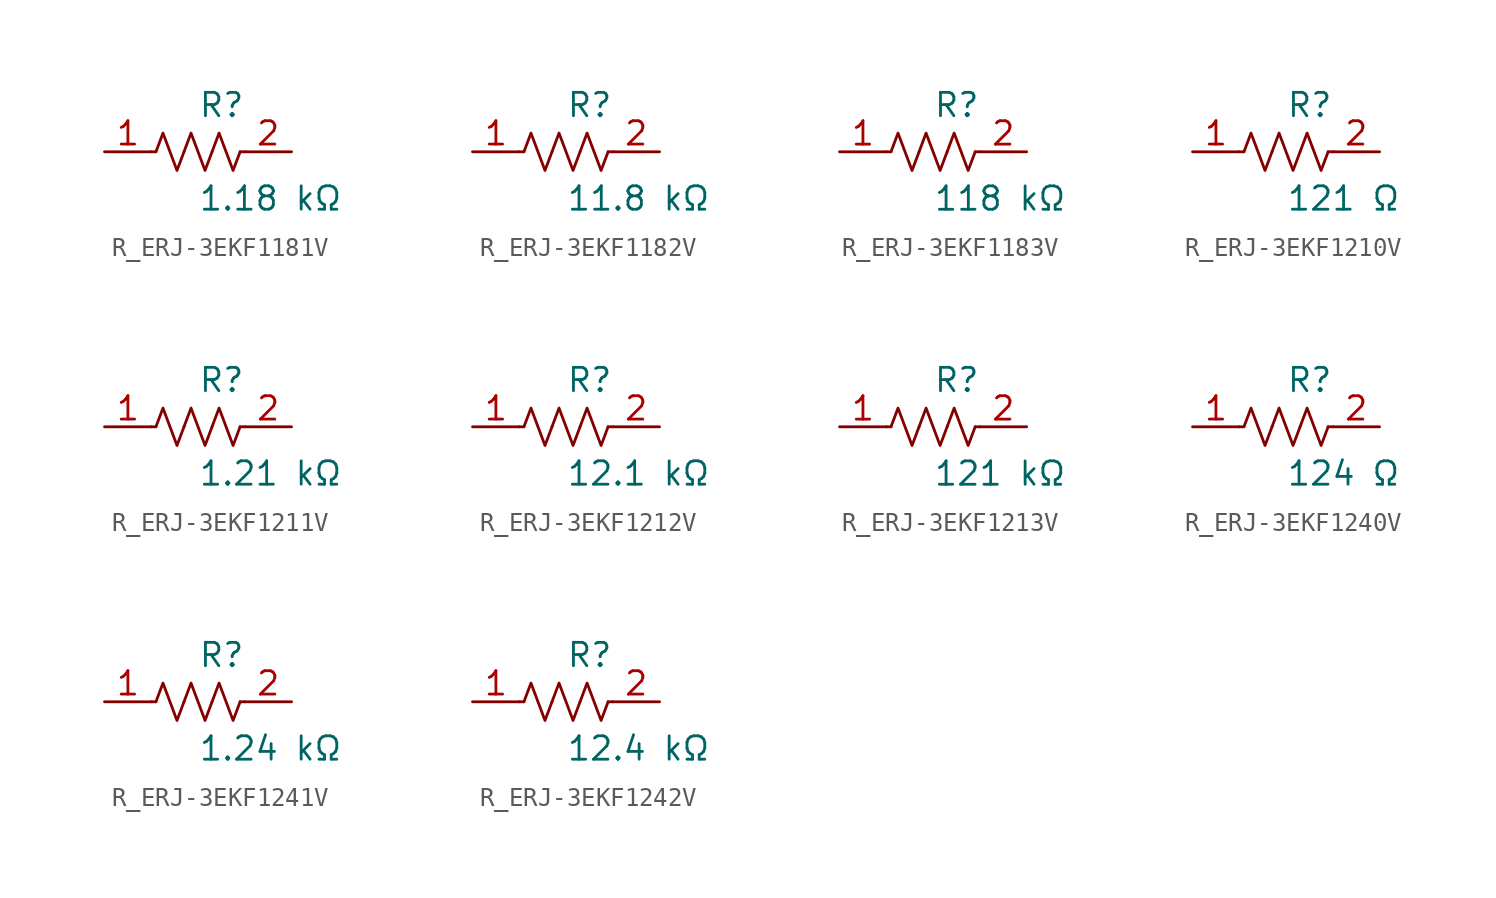
<source format=kicad_sym>
(kicad_symbol_lib
  (version 20231120)
  (generator "kicad_symbol_editor")
  (generator_version "8.0")
  (symbol "R_ERJ-3EKF1181V"
    (pin_names
      (offset 0.254))
    (property "Reference" "R"
      (at 0 2.54 0)
      (effects (font (size 1.27 1.27)) (justify left)))
    (property "Value" "1.18 kΩ"
      (at 0 -2.54 0)
      (effects (font (size 1.27 1.27)) (justify left)))
    (symbol "R_ERJ-3EKF1181V_0_1"
      (polyline (pts (xy 2.286 0) (xy 2.54 0)) (stroke (width 0) (type default)) (fill (type none)))
      (polyline (pts (xy -2.286 0) (xy -2.54 0)) (stroke (width 0) (type default)) (fill (type none)))
      (polyline (pts (xy 0.762 0) (xy 1.143 1.016) (xy 1.524 0) (xy 1.905 -1.016) (xy 2.286 0)) (stroke (width 0) (type default)) (fill (type none)))
      (polyline (pts (xy -0.762 0) (xy -0.381 1.016) (xy 0 0) (xy 0.381 -1.016) (xy 0.762 0)) (stroke (width 0) (type default)) (fill (type none)))
      (polyline (pts (xy -2.286 0) (xy -1.905 1.016) (xy -1.524 0) (xy -1.143 -1.016) (xy -0.762 0)) (stroke (width 0) (type default)) (fill (type none))))
    (pin unspecified line
      (at -5.08 0 0)
      (length 2.54)
      (name "" (effects (font (size 1.27 1.27))))
      (number "1" (effects (font (size 1.27 1.27)))))
    (pin unspecified line
      (at 5.08 0 180)
      (length 2.54)
      (name "" (effects (font (size 1.27 1.27))))
      (number "2" (effects (font (size 1.27 1.27))))))
  (symbol "R_ERJ-3EKF1182V"
    (pin_names
      (offset 0.254))
    (property "Reference" "R"
      (at 0 2.54 0)
      (effects (font (size 1.27 1.27)) (justify left)))
    (property "Value" "11.8 kΩ"
      (at 0 -2.54 0)
      (effects (font (size 1.27 1.27)) (justify left)))
    (symbol "R_ERJ-3EKF1182V_0_1"
      (polyline (pts (xy 2.286 0) (xy 2.54 0)) (stroke (width 0) (type default)) (fill (type none)))
      (polyline (pts (xy -2.286 0) (xy -2.54 0)) (stroke (width 0) (type default)) (fill (type none)))
      (polyline (pts (xy 0.762 0) (xy 1.143 1.016) (xy 1.524 0) (xy 1.905 -1.016) (xy 2.286 0)) (stroke (width 0) (type default)) (fill (type none)))
      (polyline (pts (xy -0.762 0) (xy -0.381 1.016) (xy 0 0) (xy 0.381 -1.016) (xy 0.762 0)) (stroke (width 0) (type default)) (fill (type none)))
      (polyline (pts (xy -2.286 0) (xy -1.905 1.016) (xy -1.524 0) (xy -1.143 -1.016) (xy -0.762 0)) (stroke (width 0) (type default)) (fill (type none))))
    (pin unspecified line
      (at -5.08 0 0)
      (length 2.54)
      (name "" (effects (font (size 1.27 1.27))))
      (number "1" (effects (font (size 1.27 1.27)))))
    (pin unspecified line
      (at 5.08 0 180)
      (length 2.54)
      (name "" (effects (font (size 1.27 1.27))))
      (number "2" (effects (font (size 1.27 1.27))))))
  (symbol "R_ERJ-3EKF1183V"
    (pin_names
      (offset 0.254))
    (property "Reference" "R"
      (at 0 2.54 0)
      (effects (font (size 1.27 1.27)) (justify left)))
    (property "Value" "118 kΩ"
      (at 0 -2.54 0)
      (effects (font (size 1.27 1.27)) (justify left)))
    (symbol "R_ERJ-3EKF1183V_0_1"
      (polyline (pts (xy 2.286 0) (xy 2.54 0)) (stroke (width 0) (type default)) (fill (type none)))
      (polyline (pts (xy -2.286 0) (xy -2.54 0)) (stroke (width 0) (type default)) (fill (type none)))
      (polyline (pts (xy 0.762 0) (xy 1.143 1.016) (xy 1.524 0) (xy 1.905 -1.016) (xy 2.286 0)) (stroke (width 0) (type default)) (fill (type none)))
      (polyline (pts (xy -0.762 0) (xy -0.381 1.016) (xy 0 0) (xy 0.381 -1.016) (xy 0.762 0)) (stroke (width 0) (type default)) (fill (type none)))
      (polyline (pts (xy -2.286 0) (xy -1.905 1.016) (xy -1.524 0) (xy -1.143 -1.016) (xy -0.762 0)) (stroke (width 0) (type default)) (fill (type none))))
    (pin unspecified line
      (at -5.08 0 0)
      (length 2.54)
      (name "" (effects (font (size 1.27 1.27))))
      (number "1" (effects (font (size 1.27 1.27)))))
    (pin unspecified line
      (at 5.08 0 180)
      (length 2.54)
      (name "" (effects (font (size 1.27 1.27))))
      (number "2" (effects (font (size 1.27 1.27))))))
  (symbol "R_ERJ-3EKF1210V"
    (pin_names
      (offset 0.254))
    (property "Reference" "R"
      (at 0 2.54 0)
      (effects (font (size 1.27 1.27)) (justify left)))
    (property "Value" "121 Ω"
      (at 0 -2.54 0)
      (effects (font (size 1.27 1.27)) (justify left)))
    (symbol "R_ERJ-3EKF1210V_0_1"
      (polyline (pts (xy 2.286 0) (xy 2.54 0)) (stroke (width 0) (type default)) (fill (type none)))
      (polyline (pts (xy -2.286 0) (xy -2.54 0)) (stroke (width 0) (type default)) (fill (type none)))
      (polyline (pts (xy 0.762 0) (xy 1.143 1.016) (xy 1.524 0) (xy 1.905 -1.016) (xy 2.286 0)) (stroke (width 0) (type default)) (fill (type none)))
      (polyline (pts (xy -0.762 0) (xy -0.381 1.016) (xy 0 0) (xy 0.381 -1.016) (xy 0.762 0)) (stroke (width 0) (type default)) (fill (type none)))
      (polyline (pts (xy -2.286 0) (xy -1.905 1.016) (xy -1.524 0) (xy -1.143 -1.016) (xy -0.762 0)) (stroke (width 0) (type default)) (fill (type none))))
    (pin unspecified line
      (at -5.08 0 0)
      (length 2.54)
      (name "" (effects (font (size 1.27 1.27))))
      (number "1" (effects (font (size 1.27 1.27)))))
    (pin unspecified line
      (at 5.08 0 180)
      (length 2.54)
      (name "" (effects (font (size 1.27 1.27))))
      (number "2" (effects (font (size 1.27 1.27))))))
  (symbol "R_ERJ-3EKF1211V"
    (pin_names
      (offset 0.254))
    (property "Reference" "R"
      (at 0 2.54 0)
      (effects (font (size 1.27 1.27)) (justify left)))
    (property "Value" "1.21 kΩ"
      (at 0 -2.54 0)
      (effects (font (size 1.27 1.27)) (justify left)))
    (symbol "R_ERJ-3EKF1211V_0_1"
      (polyline (pts (xy 2.286 0) (xy 2.54 0)) (stroke (width 0) (type default)) (fill (type none)))
      (polyline (pts (xy -2.286 0) (xy -2.54 0)) (stroke (width 0) (type default)) (fill (type none)))
      (polyline (pts (xy 0.762 0) (xy 1.143 1.016) (xy 1.524 0) (xy 1.905 -1.016) (xy 2.286 0)) (stroke (width 0) (type default)) (fill (type none)))
      (polyline (pts (xy -0.762 0) (xy -0.381 1.016) (xy 0 0) (xy 0.381 -1.016) (xy 0.762 0)) (stroke (width 0) (type default)) (fill (type none)))
      (polyline (pts (xy -2.286 0) (xy -1.905 1.016) (xy -1.524 0) (xy -1.143 -1.016) (xy -0.762 0)) (stroke (width 0) (type default)) (fill (type none))))
    (pin unspecified line
      (at -5.08 0 0)
      (length 2.54)
      (name "" (effects (font (size 1.27 1.27))))
      (number "1" (effects (font (size 1.27 1.27)))))
    (pin unspecified line
      (at 5.08 0 180)
      (length 2.54)
      (name "" (effects (font (size 1.27 1.27))))
      (number "2" (effects (font (size 1.27 1.27))))))
  (symbol "R_ERJ-3EKF1212V"
    (pin_names
      (offset 0.254))
    (property "Reference" "R"
      (at 0 2.54 0)
      (effects (font (size 1.27 1.27)) (justify left)))
    (property "Value" "12.1 kΩ"
      (at 0 -2.54 0)
      (effects (font (size 1.27 1.27)) (justify left)))
    (symbol "R_ERJ-3EKF1212V_0_1"
      (polyline (pts (xy 2.286 0) (xy 2.54 0)) (stroke (width 0) (type default)) (fill (type none)))
      (polyline (pts (xy -2.286 0) (xy -2.54 0)) (stroke (width 0) (type default)) (fill (type none)))
      (polyline (pts (xy 0.762 0) (xy 1.143 1.016) (xy 1.524 0) (xy 1.905 -1.016) (xy 2.286 0)) (stroke (width 0) (type default)) (fill (type none)))
      (polyline (pts (xy -0.762 0) (xy -0.381 1.016) (xy 0 0) (xy 0.381 -1.016) (xy 0.762 0)) (stroke (width 0) (type default)) (fill (type none)))
      (polyline (pts (xy -2.286 0) (xy -1.905 1.016) (xy -1.524 0) (xy -1.143 -1.016) (xy -0.762 0)) (stroke (width 0) (type default)) (fill (type none))))
    (pin unspecified line
      (at -5.08 0 0)
      (length 2.54)
      (name "" (effects (font (size 1.27 1.27))))
      (number "1" (effects (font (size 1.27 1.27)))))
    (pin unspecified line
      (at 5.08 0 180)
      (length 2.54)
      (name "" (effects (font (size 1.27 1.27))))
      (number "2" (effects (font (size 1.27 1.27))))))
  (symbol "R_ERJ-3EKF1213V"
    (pin_names
      (offset 0.254))
    (property "Reference" "R"
      (at 0 2.54 0)
      (effects (font (size 1.27 1.27)) (justify left)))
    (property "Value" "121 kΩ"
      (at 0 -2.54 0)
      (effects (font (size 1.27 1.27)) (justify left)))
    (symbol "R_ERJ-3EKF1213V_0_1"
      (polyline (pts (xy 2.286 0) (xy 2.54 0)) (stroke (width 0) (type default)) (fill (type none)))
      (polyline (pts (xy -2.286 0) (xy -2.54 0)) (stroke (width 0) (type default)) (fill (type none)))
      (polyline (pts (xy 0.762 0) (xy 1.143 1.016) (xy 1.524 0) (xy 1.905 -1.016) (xy 2.286 0)) (stroke (width 0) (type default)) (fill (type none)))
      (polyline (pts (xy -0.762 0) (xy -0.381 1.016) (xy 0 0) (xy 0.381 -1.016) (xy 0.762 0)) (stroke (width 0) (type default)) (fill (type none)))
      (polyline (pts (xy -2.286 0) (xy -1.905 1.016) (xy -1.524 0) (xy -1.143 -1.016) (xy -0.762 0)) (stroke (width 0) (type default)) (fill (type none))))
    (pin unspecified line
      (at -5.08 0 0)
      (length 2.54)
      (name "" (effects (font (size 1.27 1.27))))
      (number "1" (effects (font (size 1.27 1.27)))))
    (pin unspecified line
      (at 5.08 0 180)
      (length 2.54)
      (name "" (effects (font (size 1.27 1.27))))
      (number "2" (effects (font (size 1.27 1.27))))))
  (symbol "R_ERJ-3EKF1240V"
    (pin_names
      (offset 0.254))
    (property "Reference" "R"
      (at 0 2.54 0)
      (effects (font (size 1.27 1.27)) (justify left)))
    (property "Value" "124 Ω"
      (at 0 -2.54 0)
      (effects (font (size 1.27 1.27)) (justify left)))
    (symbol "R_ERJ-3EKF1240V_0_1"
      (polyline (pts (xy 2.286 0) (xy 2.54 0)) (stroke (width 0) (type default)) (fill (type none)))
      (polyline (pts (xy -2.286 0) (xy -2.54 0)) (stroke (width 0) (type default)) (fill (type none)))
      (polyline (pts (xy 0.762 0) (xy 1.143 1.016) (xy 1.524 0) (xy 1.905 -1.016) (xy 2.286 0)) (stroke (width 0) (type default)) (fill (type none)))
      (polyline (pts (xy -0.762 0) (xy -0.381 1.016) (xy 0 0) (xy 0.381 -1.016) (xy 0.762 0)) (stroke (width 0) (type default)) (fill (type none)))
      (polyline (pts (xy -2.286 0) (xy -1.905 1.016) (xy -1.524 0) (xy -1.143 -1.016) (xy -0.762 0)) (stroke (width 0) (type default)) (fill (type none))))
    (pin unspecified line
      (at -5.08 0 0)
      (length 2.54)
      (name "" (effects (font (size 1.27 1.27))))
      (number "1" (effects (font (size 1.27 1.27)))))
    (pin unspecified line
      (at 5.08 0 180)
      (length 2.54)
      (name "" (effects (font (size 1.27 1.27))))
      (number "2" (effects (font (size 1.27 1.27))))))
  (symbol "R_ERJ-3EKF1241V"
    (pin_names
      (offset 0.254))
    (property "Reference" "R"
      (at 0 2.54 0)
      (effects (font (size 1.27 1.27)) (justify left)))
    (property "Value" "1.24 kΩ"
      (at 0 -2.54 0)
      (effects (font (size 1.27 1.27)) (justify left)))
    (symbol "R_ERJ-3EKF1241V_0_1"
      (polyline (pts (xy 2.286 0) (xy 2.54 0)) (stroke (width 0) (type default)) (fill (type none)))
      (polyline (pts (xy -2.286 0) (xy -2.54 0)) (stroke (width 0) (type default)) (fill (type none)))
      (polyline (pts (xy 0.762 0) (xy 1.143 1.016) (xy 1.524 0) (xy 1.905 -1.016) (xy 2.286 0)) (stroke (width 0) (type default)) (fill (type none)))
      (polyline (pts (xy -0.762 0) (xy -0.381 1.016) (xy 0 0) (xy 0.381 -1.016) (xy 0.762 0)) (stroke (width 0) (type default)) (fill (type none)))
      (polyline (pts (xy -2.286 0) (xy -1.905 1.016) (xy -1.524 0) (xy -1.143 -1.016) (xy -0.762 0)) (stroke (width 0) (type default)) (fill (type none))))
    (pin unspecified line
      (at -5.08 0 0)
      (length 2.54)
      (name "" (effects (font (size 1.27 1.27))))
      (number "1" (effects (font (size 1.27 1.27)))))
    (pin unspecified line
      (at 5.08 0 180)
      (length 2.54)
      (name "" (effects (font (size 1.27 1.27))))
      (number "2" (effects (font (size 1.27 1.27))))))
  (symbol "R_ERJ-3EKF1242V"
    (pin_names
      (offset 0.254))
    (property "Reference" "R"
      (at 0 2.54 0)
      (effects (font (size 1.27 1.27)) (justify left)))
    (property "Value" "12.4 kΩ"
      (at 0 -2.54 0)
      (effects (font (size 1.27 1.27)) (justify left)))
    (symbol "R_ERJ-3EKF1242V_0_1"
      (polyline (pts (xy 2.286 0) (xy 2.54 0)) (stroke (width 0) (type default)) (fill (type none)))
      (polyline (pts (xy -2.286 0) (xy -2.54 0)) (stroke (width 0) (type default)) (fill (type none)))
      (polyline (pts (xy 0.762 0) (xy 1.143 1.016) (xy 1.524 0) (xy 1.905 -1.016) (xy 2.286 0)) (stroke (width 0) (type default)) (fill (type none)))
      (polyline (pts (xy -0.762 0) (xy -0.381 1.016) (xy 0 0) (xy 0.381 -1.016) (xy 0.762 0)) (stroke (width 0) (type default)) (fill (type none)))
      (polyline (pts (xy -2.286 0) (xy -1.905 1.016) (xy -1.524 0) (xy -1.143 -1.016) (xy -0.762 0)) (stroke (width 0) (type default)) (fill (type none))))
    (pin unspecified line
      (at -5.08 0 0)
      (length 2.54)
      (name "" (effects (font (size 1.27 1.27))))
      (number "1" (effects (font (size 1.27 1.27)))))
    (pin unspecified line
      (at 5.08 0 180)
      (length 2.54)
      (name "" (effects (font (size 1.27 1.27))))
      (number "2" (effects (font (size 1.27 1.27)))))))
</source>
